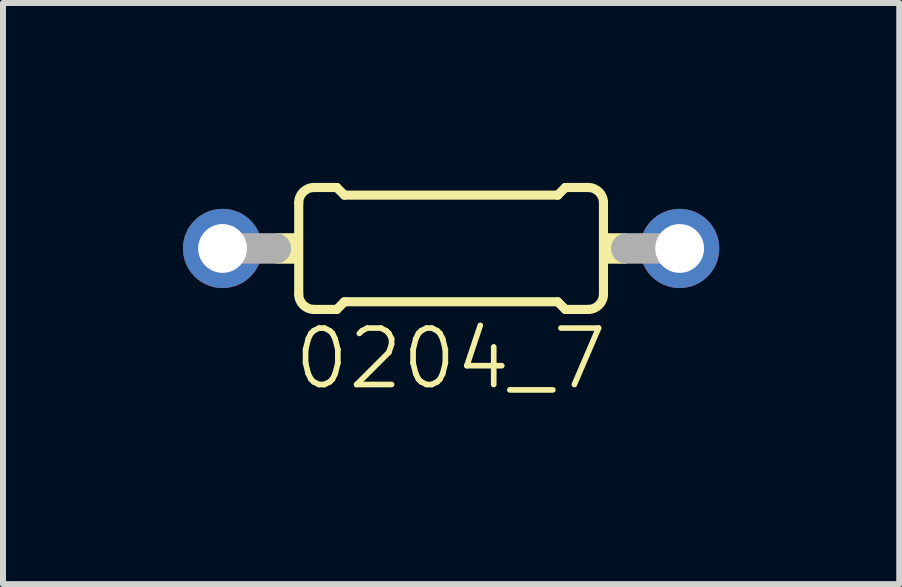
<source format=kicad_pcb>
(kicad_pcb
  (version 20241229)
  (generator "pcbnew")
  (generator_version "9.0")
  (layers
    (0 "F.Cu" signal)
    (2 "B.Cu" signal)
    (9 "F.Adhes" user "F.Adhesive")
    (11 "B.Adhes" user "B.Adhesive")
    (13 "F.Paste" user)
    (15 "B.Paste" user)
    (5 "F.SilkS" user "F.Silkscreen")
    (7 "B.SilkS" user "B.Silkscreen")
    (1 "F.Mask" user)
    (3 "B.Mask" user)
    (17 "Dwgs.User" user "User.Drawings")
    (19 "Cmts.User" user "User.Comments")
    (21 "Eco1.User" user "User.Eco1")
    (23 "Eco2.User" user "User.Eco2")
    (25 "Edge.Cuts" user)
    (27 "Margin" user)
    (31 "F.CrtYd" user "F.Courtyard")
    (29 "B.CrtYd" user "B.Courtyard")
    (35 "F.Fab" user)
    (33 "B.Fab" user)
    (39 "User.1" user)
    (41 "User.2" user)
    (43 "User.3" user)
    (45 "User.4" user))
  (footprint "0204_7"
    (layer "F.Cu")
    (at 4.47 1.092)
    (property "Reference" "0204_7" (at -2.667 2.388 0) (layer "F.SilkS") (effects (font (size 0.941 0.941) (thickness 0.094)) (justify left bottom)))
    (attr through_hole)
    (fp_line (start -2.54 0.762) (end -2.54 -0.762) (stroke (width 0.152) (type solid)) (layer "F.SilkS"))
    (fp_line (start -2.286 -1.016) (end -1.905 -1.016) (stroke (width 0.152) (type solid)) (layer "F.SilkS"))
    (fp_line (start -2.286 1.016) (end -1.905 1.016) (stroke (width 0.152) (type solid)) (layer "F.SilkS"))
    (fp_line (start -1.778 -0.889) (end -1.905 -1.016) (stroke (width 0.152) (type solid)) (layer "F.SilkS"))
    (fp_line (start -1.778 0.889) (end -1.905 1.016) (stroke (width 0.152) (type solid)) (layer "F.SilkS"))
    (fp_line (start 1.778 -0.889) (end -1.778 -0.889) (stroke (width 0.152) (type solid)) (layer "F.SilkS"))
    (fp_line (start 1.778 -0.889) (end 1.905 -1.016) (stroke (width 0.152) (type solid)) (layer "F.SilkS"))
    (fp_line (start 1.778 0.889) (end -1.778 0.889) (stroke (width 0.152) (type solid)) (layer "F.SilkS"))
    (fp_line (start 1.778 0.889) (end 1.905 1.016) (stroke (width 0.152) (type solid)) (layer "F.SilkS"))
    (fp_line (start 2.286 -1.016) (end 1.905 -1.016) (stroke (width 0.152) (type solid)) (layer "F.SilkS"))
    (fp_line (start 2.286 1.016) (end 1.905 1.016) (stroke (width 0.152) (type solid)) (layer "F.SilkS"))
    (fp_line (start 2.54 0.762) (end 2.54 -0.762) (stroke (width 0.152) (type solid)) (layer "F.SilkS"))
    (fp_arc (start -2.54 -0.762) (mid -2.465605 -0.941605) (end -2.286 -1.016) (stroke (width 0.1524) (type solid)) (layer "F.SilkS"))
    (fp_arc (start -2.286 1.016) (mid -2.465605 0.941605) (end -2.54 0.762) (stroke (width 0.1524) (type solid)) (layer "F.SilkS"))
    (fp_arc (start 2.286 -1.016) (mid 2.465605 -0.941605) (end 2.54 -0.762) (stroke (width 0.1524) (type solid)) (layer "F.SilkS"))
    (fp_arc (start 2.54 0.762) (mid 2.465605 0.941605) (end 2.286 1.016) (stroke (width 0.1524) (type solid)) (layer "F.SilkS"))
    (fp_poly (pts (xy -2.921 0.254) (xy -2.54 0.254) (xy -2.54 -0.254) (xy -2.921 -0.254)) (stroke (width 0) (type solid)) (fill yes) (layer "F.SilkS"))
    (fp_poly (pts (xy 2.54 0.254) (xy 2.921 0.254) (xy 2.921 -0.254) (xy 2.54 -0.254)) (stroke (width 0) (type solid)) (fill yes) (layer "F.SilkS"))
    (fp_line (start -3.81 0) (end -2.921 0) (stroke (width 0.508) (type solid)) (layer "F.Fab"))
    (fp_line (start 3.81 0) (end 2.921 0) (stroke (width 0.508) (type solid)) (layer "F.Fab"))
    (pad "1" thru_hole circle (at -3.81 0) (size 1.321 1.321) (drill 0.813) (layers "*.Cu" "*.Mask"))
    (pad "2" thru_hole circle (at 3.81 0) (size 1.321 1.321) (drill 0.813) (layers "*.Cu" "*.Mask")))
  (gr_rect
    (start -3 -3)
    (end 11.941 6.688)
    (stroke (width 0.1) (type default))
    (fill no)
    (layer "Edge.Cuts")))
</source>
